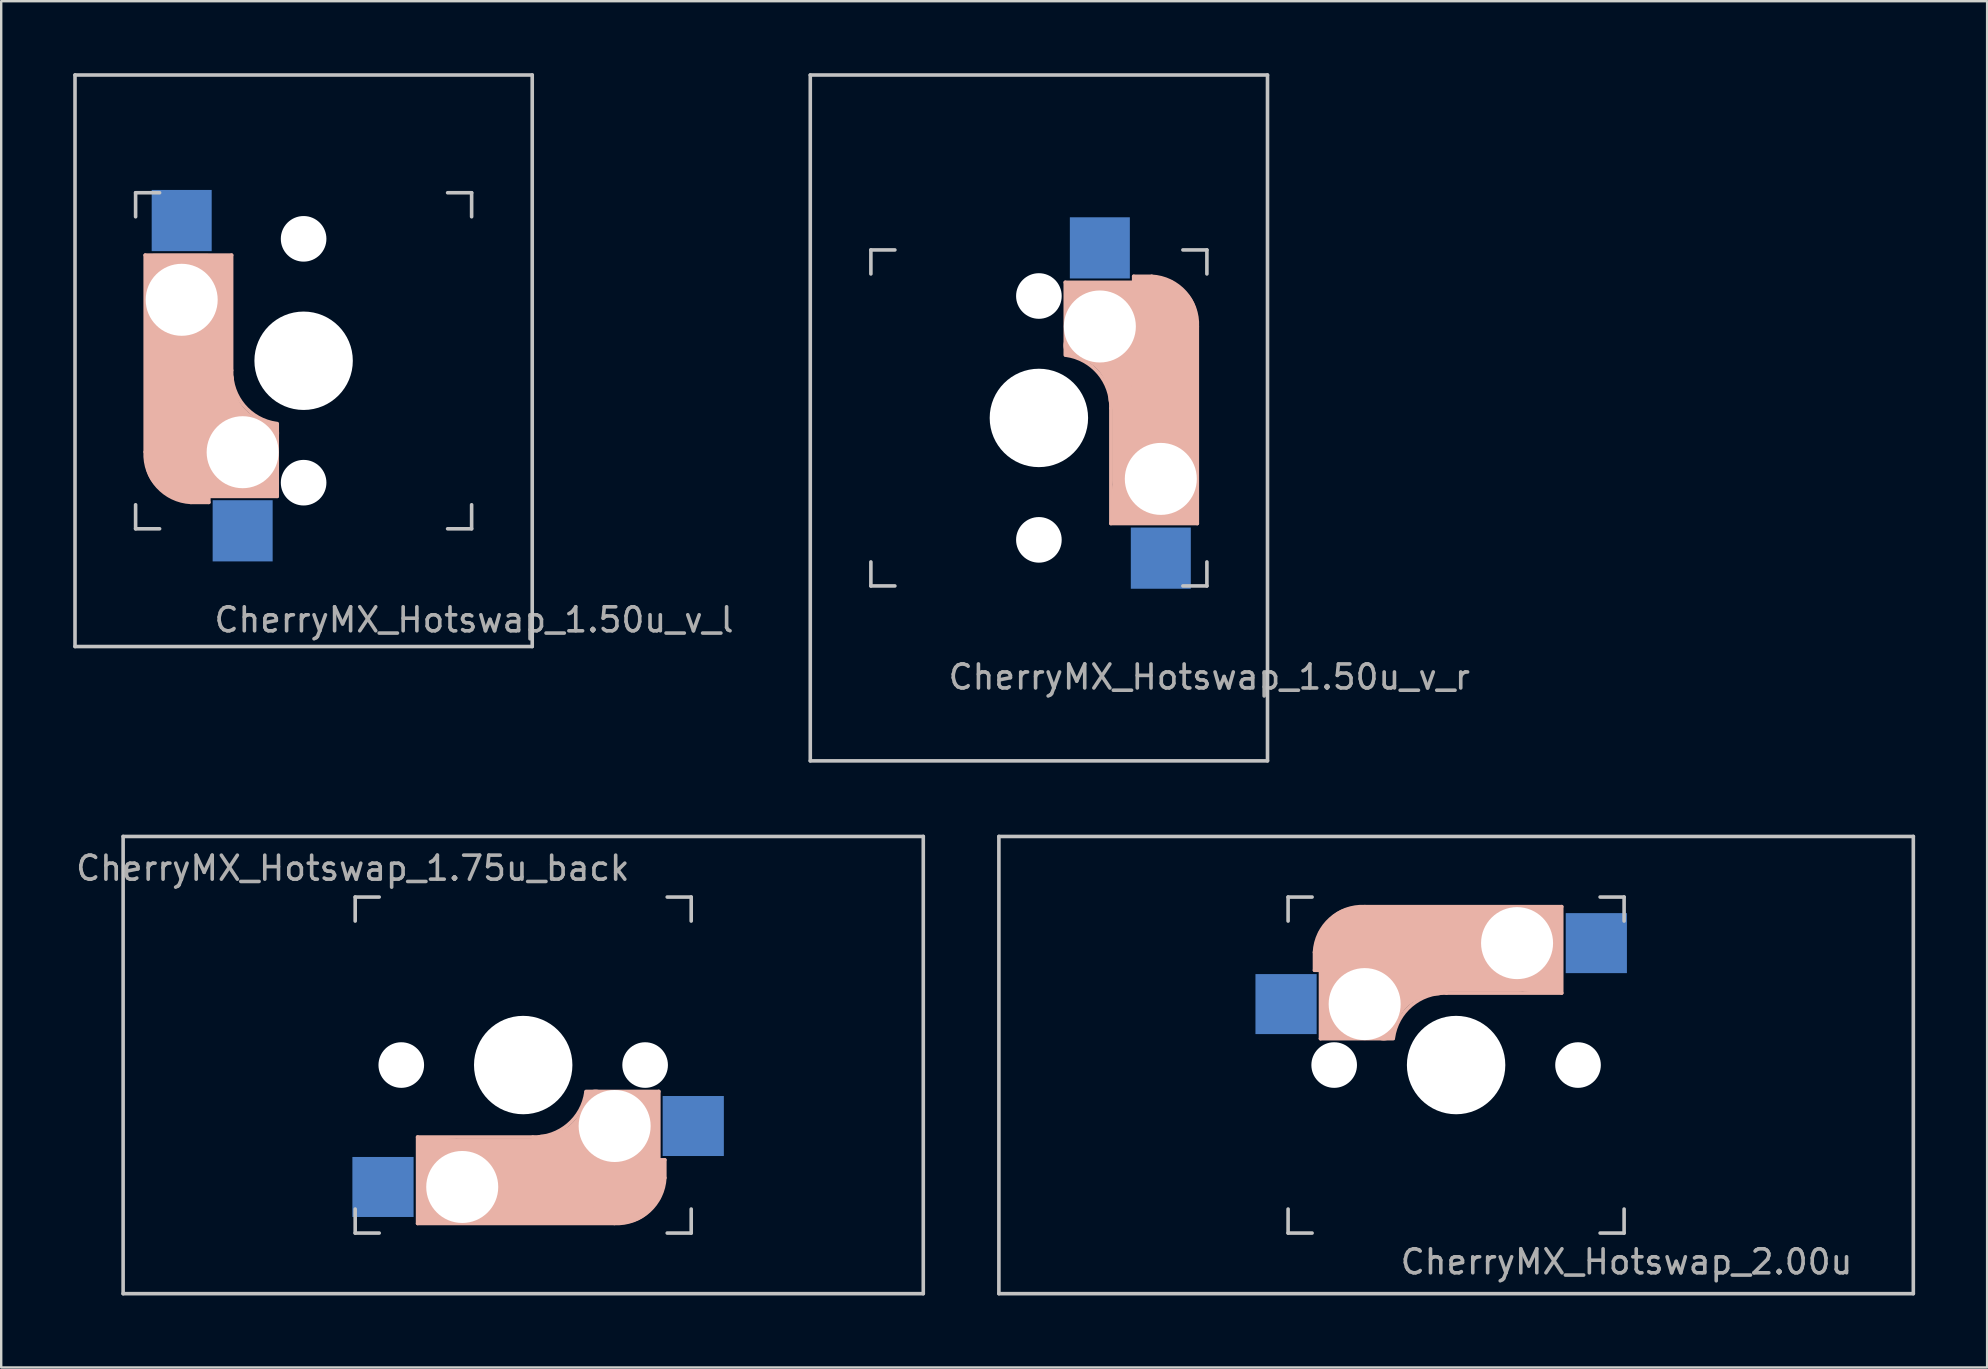
<source format=kicad_pcb>
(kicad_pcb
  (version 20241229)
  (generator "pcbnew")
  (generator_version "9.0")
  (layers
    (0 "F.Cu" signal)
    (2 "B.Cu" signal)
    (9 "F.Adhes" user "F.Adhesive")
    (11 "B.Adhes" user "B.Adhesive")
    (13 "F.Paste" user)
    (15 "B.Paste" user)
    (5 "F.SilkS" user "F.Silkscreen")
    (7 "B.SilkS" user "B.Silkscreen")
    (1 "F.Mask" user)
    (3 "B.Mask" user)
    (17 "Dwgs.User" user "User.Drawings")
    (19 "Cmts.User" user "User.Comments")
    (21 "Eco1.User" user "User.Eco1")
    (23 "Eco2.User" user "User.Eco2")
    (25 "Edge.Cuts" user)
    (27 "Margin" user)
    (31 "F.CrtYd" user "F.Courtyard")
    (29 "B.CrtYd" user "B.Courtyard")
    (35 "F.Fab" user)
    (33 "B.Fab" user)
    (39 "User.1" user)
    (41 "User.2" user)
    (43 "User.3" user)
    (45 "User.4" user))
  (footprint "CherryMX_Hotswap_2.00u"
    (layer "F.Cu")
    (at 57.618 41.325)
    (property "Reference" "CherryMX_Hotswap_2.00u" (at 7.1 8.2 0) (layer "F.Fab") (effects (font (size 1 1) (thickness 0.15))))
    (attr through_hole)
    (fp_line (start -5.9 -4.7) (end -5.9 -3.95) (stroke (width 0.15) (type solid)) (layer "B.SilkS"))
    (fp_line (start -5.9 -3.95) (end -5.7 -3.95) (stroke (width 0.15) (type solid)) (layer "B.SilkS"))
    (fp_line (start -5.8 -4.05) (end -5.8 -4.7) (stroke (width 0.3) (type solid)) (layer "B.SilkS"))
    (fp_line (start -5.65 -5.55) (end -5.65 -1.1) (stroke (width 0.15) (type solid)) (layer "B.SilkS"))
    (fp_line (start -5.65 -1.1) (end -2.62 -1.1) (stroke (width 0.15) (type solid)) (layer "B.SilkS"))
    (fp_line (start -5.45 -1.3) (end -3 -1.3) (stroke (width 0.5) (type solid)) (layer "B.SilkS"))
    (fp_line (start -5.3 -1.6) (end -5.3 -3.4) (stroke (width 0.8) (type solid)) (layer "B.SilkS"))
    (fp_line (start -4.17 -5.1) (end -4.17 -2.86) (stroke (width 3) (type solid)) (layer "B.SilkS"))
    (fp_line (start -0.4 -3) (end 4.4 -3) (stroke (width 0.15) (type solid)) (layer "B.SilkS"))
    (fp_line (start 2.6 -4.8) (end -4.1 -4.8) (stroke (width 3.5) (type solid)) (layer "B.SilkS"))
    (fp_line (start 3.9 -6) (end 3.9 -3.5) (stroke (width 1) (type solid)) (layer "B.SilkS"))
    (fp_line (start 4.2 -3.25) (end 2.9 -3.3) (stroke (width 0.5) (type solid)) (layer "B.SilkS"))
    (fp_line (start 4.25 -6.4) (end 3 -6.4) (stroke (width 0.4) (type solid)) (layer "B.SilkS"))
    (fp_line (start 4.38 -4) (end 4.38 -6.25) (stroke (width 0.15) (type solid)) (layer "B.SilkS"))
    (fp_line (start 4.4 -6.6) (end -3.8 -6.6) (stroke (width 0.15) (type solid)) (layer "B.SilkS"))
    (fp_line (start 4.4 -3) (end 4.4 -6.6) (stroke (width 0.15) (type solid)) (layer "B.SilkS"))
    (fp_arc (start -5.9 -4.699999) (mid -5.243504 -6.084924) (end -3.800001 -6.6) (stroke (width 0.15) (type solid)) (layer "B.SilkS"))
    (fp_arc (start -3.016318 -1.521471) (mid -2.268709 -2.886118) (end -0.8 -3.4) (stroke (width 1) (type solid)) (layer "B.SilkS"))
    (fp_arc (start -2.616318 -1.121471) (mid -1.868709 -2.486118) (end -0.4 -3) (stroke (width 0.15) (type solid)) (layer "B.SilkS"))
    (fp_line (start -19.05 -9.525) (end 19.05 -9.525) (stroke (width 0.15) (type solid)) (layer "Dwgs.User"))
    (fp_line (start -19.05 9.525) (end -19.05 -9.525) (stroke (width 0.15) (type solid)) (layer "Dwgs.User"))
    (fp_line (start -7 -7) (end -6 -7) (stroke (width 0.15) (type solid)) (layer "Dwgs.User"))
    (fp_line (start -7 -6) (end -7 -7) (stroke (width 0.15) (type solid)) (layer "Dwgs.User"))
    (fp_line (start -7 6) (end -7 7) (stroke (width 0.15) (type solid)) (layer "Dwgs.User"))
    (fp_line (start -7 7) (end -6 7) (stroke (width 0.15) (type solid)) (layer "Dwgs.User"))
    (fp_line (start 6 7) (end 7 7) (stroke (width 0.15) (type solid)) (layer "Dwgs.User"))
    (fp_line (start 7 -7) (end 6 -7) (stroke (width 0.15) (type solid)) (layer "Dwgs.User"))
    (fp_line (start 7 -7) (end 7 -6) (stroke (width 0.15) (type solid)) (layer "Dwgs.User"))
    (fp_line (start 7 7) (end 7 6) (stroke (width 0.15) (type solid)) (layer "Dwgs.User"))
    (fp_line (start 19.05 -9.525) (end 19.05 9.525) (stroke (width 0.15) (type solid)) (layer "Dwgs.User"))
    (fp_line (start 19.05 9.525) (end -19.05 9.525) (stroke (width 0.15) (type solid)) (layer "Dwgs.User"))
    (pad "" np_thru_hole circle (at -5.08 0) (size 1.9 1.9) (drill 1.9) (layers "*.Cu" "*.Mask"))
    (pad "" np_thru_hole circle (at -3.81 -2.54) (size 3 3) (drill 3) (layers "*.Cu" "*.Mask"))
    (pad "" np_thru_hole circle (at 0 0 90) (size 4.1 4.1) (drill 4.1) (layers "*.Cu" "*.Mask"))
    (pad "" np_thru_hole circle (at 2.54 -5.08) (size 3 3) (drill 3) (layers "*.Cu" "*.Mask"))
    (pad "" np_thru_hole circle (at 5.08 0) (size 1.9 1.9) (drill 1.9) (layers "*.Cu" "*.Mask"))
    (pad "1" smd rect (at -7.085 -2.54 180) (size 2.55 2.5) (layers "B.Cu" "B.Mask" "B.Paste"))
    (pad "2" smd rect (at 5.842 -5.08 180) (size 2.55 2.5) (layers "B.Cu" "B.Mask" "B.Paste")))
  (footprint "CherryMX_Hotswap_1.50u_v_l"
    (layer "F.Cu")
    (at 9.6 11.981)
    (property "Reference" "CherryMX_Hotswap_1.50u_v_l" (at 7.1 10.795 0) (layer "F.Fab") (effects (font (size 1 1) (thickness 0.15))))
    (attr through_hole)
    (fp_line (start -6.6 -4.4) (end -6.6 3.8) (stroke (width 0.15) (type solid)) (layer "B.SilkS"))
    (fp_line (start -6.4 -4.25) (end -6.4 -3) (stroke (width 0.4) (type solid)) (layer "B.SilkS"))
    (fp_line (start -6 -3.9) (end -3.5 -3.9) (stroke (width 1) (type solid)) (layer "B.SilkS"))
    (fp_line (start -5.55 5.65) (end -1.1 5.65) (stroke (width 0.15) (type solid)) (layer "B.SilkS"))
    (fp_line (start -5.1 4.17) (end -2.86 4.17) (stroke (width 3) (type solid)) (layer "B.SilkS"))
    (fp_line (start -4.8 -2.6) (end -4.8 4.1) (stroke (width 3.5) (type solid)) (layer "B.SilkS"))
    (fp_line (start -4.7 5.9) (end -3.95 5.9) (stroke (width 0.15) (type solid)) (layer "B.SilkS"))
    (fp_line (start -4.05 5.8) (end -4.7 5.8) (stroke (width 0.3) (type solid)) (layer "B.SilkS"))
    (fp_line (start -4 -4.38) (end -6.25 -4.38) (stroke (width 0.15) (type solid)) (layer "B.SilkS"))
    (fp_line (start -3.95 5.9) (end -3.95 5.7) (stroke (width 0.15) (type solid)) (layer "B.SilkS"))
    (fp_line (start -3.25 -4.2) (end -3.3 -2.9) (stroke (width 0.5) (type solid)) (layer "B.SilkS"))
    (fp_line (start -3 -4.4) (end -6.6 -4.4) (stroke (width 0.15) (type solid)) (layer "B.SilkS"))
    (fp_line (start -3 0.4) (end -3 -4.4) (stroke (width 0.15) (type solid)) (layer "B.SilkS"))
    (fp_line (start -1.6 5.3) (end -3.4 5.3) (stroke (width 0.8) (type solid)) (layer "B.SilkS"))
    (fp_line (start -1.3 5.45) (end -1.3 3) (stroke (width 0.5) (type solid)) (layer "B.SilkS"))
    (fp_line (start -1.1 5.65) (end -1.1 2.62) (stroke (width 0.15) (type solid)) (layer "B.SilkS"))
    (fp_arc (start -4.699999 5.9) (mid -6.084924 5.243504) (end -6.6 3.800001) (stroke (width 0.15) (type solid)) (layer "B.SilkS"))
    (fp_arc (start -1.521471 3.016318) (mid -2.886118 2.268709) (end -3.4 0.8) (stroke (width 1) (type solid)) (layer "B.SilkS"))
    (fp_arc (start -1.121471 2.616318) (mid -2.486118 1.868709) (end -3 0.4) (stroke (width 0.15) (type solid)) (layer "B.SilkS"))
    (fp_line (start -9.525 -11.906) (end 9.525 -11.906) (stroke (width 0.15) (type solid)) (layer "Dwgs.User"))
    (fp_line (start -9.525 11.906) (end -9.525 -11.906) (stroke (width 0.15) (type solid)) (layer "Dwgs.User"))
    (fp_line (start -7 -7) (end -7 -6) (stroke (width 0.15) (type solid)) (layer "Dwgs.User"))
    (fp_line (start -7 -7) (end -6 -7) (stroke (width 0.15) (type solid)) (layer "Dwgs.User"))
    (fp_line (start -7 7) (end -7 6) (stroke (width 0.15) (type solid)) (layer "Dwgs.User"))
    (fp_line (start -6 7) (end -7 7) (stroke (width 0.15) (type solid)) (layer "Dwgs.User"))
    (fp_line (start 6 7) (end 7 7) (stroke (width 0.15) (type solid)) (layer "Dwgs.User"))
    (fp_line (start 7 -7) (end 6 -7) (stroke (width 0.15) (type solid)) (layer "Dwgs.User"))
    (fp_line (start 7 -6) (end 7 -7) (stroke (width 0.15) (type solid)) (layer "Dwgs.User"))
    (fp_line (start 7 7) (end 7 6) (stroke (width 0.15) (type solid)) (layer "Dwgs.User"))
    (fp_line (start 9.525 -11.906) (end 9.525 11.906) (stroke (width 0.15) (type solid)) (layer "Dwgs.User"))
    (fp_line (start 9.525 11.906) (end -9.525 11.906) (stroke (width 0.15) (type solid)) (layer "Dwgs.User"))
    (pad "" np_thru_hole circle (at -5.08 -2.54 90) (size 3 3) (drill 3) (layers "*.Cu" "*.Mask"))
    (pad "" np_thru_hole circle (at -2.54 3.81 90) (size 3 3) (drill 3) (layers "*.Cu" "*.Mask"))
    (pad "" np_thru_hole circle (at 0 -5.08 90) (size 1.9 1.9) (drill 1.9) (layers "*.Cu" "*.Mask"))
    (pad "" np_thru_hole circle (at 0 0 180) (size 4.1 4.1) (drill 4.1) (layers "*.Cu" "*.Mask"))
    (pad "" np_thru_hole circle (at 0 5.08 90) (size 1.9 1.9) (drill 1.9) (layers "*.Cu" "*.Mask"))
    (pad "1" smd rect (at -2.54 7.085 270) (size 2.55 2.5) (layers "B.Cu" "B.Mask" "B.Paste"))
    (pad "2" smd rect (at -5.08 -5.842 270) (size 2.55 2.5) (layers "B.Cu" "B.Mask" "B.Paste")))
  (footprint "CherryMX_Hotswap_1.50u_v_r"
    (layer "F.Cu")
    (at 40.235 14.363)
    (property "Reference" "CherryMX_Hotswap_1.50u_v_r" (at 7.1 10.795 0) (layer "F.Fab") (effects (font (size 1 1) (thickness 0.15))))
    (attr through_hole)
    (fp_line (start 1.1 -5.65) (end 1.1 -2.62) (stroke (width 0.15) (type solid)) (layer "B.SilkS"))
    (fp_line (start 1.3 -5.45) (end 1.3 -3) (stroke (width 0.5) (type solid)) (layer "B.SilkS"))
    (fp_line (start 1.6 -5.3) (end 3.4 -5.3) (stroke (width 0.8) (type solid)) (layer "B.SilkS"))
    (fp_line (start 3 -0.4) (end 3 4.4) (stroke (width 0.15) (type solid)) (layer "B.SilkS"))
    (fp_line (start 3 4.4) (end 6.6 4.4) (stroke (width 0.15) (type solid)) (layer "B.SilkS"))
    (fp_line (start 3.25 4.2) (end 3.3 2.9) (stroke (width 0.5) (type solid)) (layer "B.SilkS"))
    (fp_line (start 3.95 -5.9) (end 3.95 -5.7) (stroke (width 0.15) (type solid)) (layer "B.SilkS"))
    (fp_line (start 4 4.38) (end 6.25 4.38) (stroke (width 0.15) (type solid)) (layer "B.SilkS"))
    (fp_line (start 4.05 -5.8) (end 4.7 -5.8) (stroke (width 0.3) (type solid)) (layer "B.SilkS"))
    (fp_line (start 4.7 -5.9) (end 3.95 -5.9) (stroke (width 0.15) (type solid)) (layer "B.SilkS"))
    (fp_line (start 4.8 2.6) (end 4.8 -4.1) (stroke (width 3.5) (type solid)) (layer "B.SilkS"))
    (fp_line (start 5.1 -4.17) (end 2.86 -4.17) (stroke (width 3) (type solid)) (layer "B.SilkS"))
    (fp_line (start 5.55 -5.65) (end 1.1 -5.65) (stroke (width 0.15) (type solid)) (layer "B.SilkS"))
    (fp_line (start 6 3.9) (end 3.5 3.9) (stroke (width 1) (type solid)) (layer "B.SilkS"))
    (fp_line (start 6.4 4.25) (end 6.4 3) (stroke (width 0.4) (type solid)) (layer "B.SilkS"))
    (fp_line (start 6.6 4.4) (end 6.6 -3.8) (stroke (width 0.15) (type solid)) (layer "B.SilkS"))
    (fp_arc (start 1.121471 -2.616318) (mid 2.486118 -1.868709) (end 3 -0.4) (stroke (width 0.15) (type solid)) (layer "B.SilkS"))
    (fp_arc (start 1.521471 -3.016318) (mid 2.886118 -2.268709) (end 3.4 -0.8) (stroke (width 1) (type solid)) (layer "B.SilkS"))
    (fp_arc (start 4.699999 -5.9) (mid 6.084924 -5.243504) (end 6.6 -3.800001) (stroke (width 0.15) (type solid)) (layer "B.SilkS"))
    (fp_line (start -9.525 -14.287) (end 9.525 -14.287) (stroke (width 0.15) (type solid)) (layer "Dwgs.User"))
    (fp_line (start -9.525 14.287) (end -9.525 -14.287) (stroke (width 0.15) (type solid)) (layer "Dwgs.User"))
    (fp_line (start -7 -7) (end -7 -6) (stroke (width 0.15) (type solid)) (layer "Dwgs.User"))
    (fp_line (start -7 6) (end -7 7) (stroke (width 0.15) (type solid)) (layer "Dwgs.User"))
    (fp_line (start -7 7) (end -6 7) (stroke (width 0.15) (type solid)) (layer "Dwgs.User"))
    (fp_line (start -6 -7) (end -7 -7) (stroke (width 0.15) (type solid)) (layer "Dwgs.User"))
    (fp_line (start 6 -7) (end 7 -7) (stroke (width 0.15) (type solid)) (layer "Dwgs.User"))
    (fp_line (start 7 -7) (end 7 -6) (stroke (width 0.15) (type solid)) (layer "Dwgs.User"))
    (fp_line (start 7 7) (end 6 7) (stroke (width 0.15) (type solid)) (layer "Dwgs.User"))
    (fp_line (start 7 7) (end 7 6) (stroke (width 0.15) (type solid)) (layer "Dwgs.User"))
    (fp_line (start 9.525 -14.287) (end 9.525 14.287) (stroke (width 0.15) (type solid)) (layer "Dwgs.User"))
    (fp_line (start 9.525 14.287) (end -9.525 14.287) (stroke (width 0.15) (type solid)) (layer "Dwgs.User"))
    (pad "" np_thru_hole circle (at 0 -5.08 270) (size 1.9 1.9) (drill 1.9) (layers "*.Cu" "*.Mask"))
    (pad "" np_thru_hole circle (at 0 0) (size 4.1 4.1) (drill 4.1) (layers "*.Cu" "*.Mask"))
    (pad "" np_thru_hole circle (at 0 5.08 270) (size 1.9 1.9) (drill 1.9) (layers "*.Cu" "*.Mask"))
    (pad "" np_thru_hole circle (at 2.54 -3.81 270) (size 3 3) (drill 3) (layers "*.Cu" "*.Mask"))
    (pad "" np_thru_hole circle (at 5.08 2.54 270) (size 3 3) (drill 3) (layers "*.Cu" "*.Mask"))
    (pad "1" smd rect (at 2.54 -7.085 90) (size 2.55 2.5) (layers "B.Cu" "B.Mask" "B.Paste"))
    (pad "2" smd rect (at 5.08 5.842 90) (size 2.55 2.5) (layers "B.Cu" "B.Mask" "B.Paste")))
  (footprint "CherryMX_Hotswap_1.75u_back"
    (layer "F.Cu")
    (at 18.749 41.325)
    (property "Reference" "CherryMX_Hotswap_1.75u_back" (at -7.1 -8.2 180) (layer "F.Fab") (effects (font (size 1 1) (thickness 0.15))))
    (attr through_hole)
    (fp_line (start -4.4 3) (end -4.4 6.6) (stroke (width 0.15) (type solid)) (layer "B.SilkS"))
    (fp_line (start -4.4 6.6) (end 3.8 6.6) (stroke (width 0.15) (type solid)) (layer "B.SilkS"))
    (fp_line (start -4.38 4) (end -4.38 6.25) (stroke (width 0.15) (type solid)) (layer "B.SilkS"))
    (fp_line (start -4.25 6.4) (end -3 6.4) (stroke (width 0.4) (type solid)) (layer "B.SilkS"))
    (fp_line (start -4.2 3.25) (end -2.9 3.3) (stroke (width 0.5) (type solid)) (layer "B.SilkS"))
    (fp_line (start -3.9 6) (end -3.9 3.5) (stroke (width 1) (type solid)) (layer "B.SilkS"))
    (fp_line (start -2.6 4.8) (end 4.1 4.8) (stroke (width 3.5) (type solid)) (layer "B.SilkS"))
    (fp_line (start 0.4 3) (end -4.4 3) (stroke (width 0.15) (type solid)) (layer "B.SilkS"))
    (fp_line (start 4.17 5.1) (end 4.17 2.86) (stroke (width 3) (type solid)) (layer "B.SilkS"))
    (fp_line (start 5.3 1.6) (end 5.3 3.4) (stroke (width 0.8) (type solid)) (layer "B.SilkS"))
    (fp_line (start 5.45 1.3) (end 3 1.3) (stroke (width 0.5) (type solid)) (layer "B.SilkS"))
    (fp_line (start 5.65 1.1) (end 2.62 1.1) (stroke (width 0.15) (type solid)) (layer "B.SilkS"))
    (fp_line (start 5.65 5.55) (end 5.65 1.1) (stroke (width 0.15) (type solid)) (layer "B.SilkS"))
    (fp_line (start 5.8 4.05) (end 5.8 4.7) (stroke (width 0.3) (type solid)) (layer "B.SilkS"))
    (fp_line (start 5.9 3.95) (end 5.7 3.95) (stroke (width 0.15) (type solid)) (layer "B.SilkS"))
    (fp_line (start 5.9 4.7) (end 5.9 3.95) (stroke (width 0.15) (type solid)) (layer "B.SilkS"))
    (fp_arc (start 2.616318 1.121471) (mid 1.868709 2.486118) (end 0.4 3) (stroke (width 0.15) (type solid)) (layer "B.SilkS"))
    (fp_arc (start 3.016318 1.521471) (mid 2.268709 2.886118) (end 0.8 3.4) (stroke (width 1) (type solid)) (layer "B.SilkS"))
    (fp_arc (start 5.9 4.699999) (mid 5.243504 6.084924) (end 3.800001 6.6) (stroke (width 0.15) (type solid)) (layer "B.SilkS"))
    (fp_line (start -16.669 -9.525) (end 16.669 -9.525) (stroke (width 0.15) (type solid)) (layer "Dwgs.User"))
    (fp_line (start -16.669 9.525) (end -16.669 -9.525) (stroke (width 0.15) (type solid)) (layer "Dwgs.User"))
    (fp_line (start -7 -7) (end -7 -6) (stroke (width 0.15) (type solid)) (layer "Dwgs.User"))
    (fp_line (start -7 7) (end -7 6) (stroke (width 0.15) (type solid)) (layer "Dwgs.User"))
    (fp_line (start -7 7) (end -6 7) (stroke (width 0.15) (type solid)) (layer "Dwgs.User"))
    (fp_line (start -6 -7) (end -7 -7) (stroke (width 0.15) (type solid)) (layer "Dwgs.User"))
    (fp_line (start 7 -7) (end 6 -7) (stroke (width 0.15) (type solid)) (layer "Dwgs.User"))
    (fp_line (start 7 -6) (end 7 -7) (stroke (width 0.15) (type solid)) (layer "Dwgs.User"))
    (fp_line (start 7 6) (end 7 7) (stroke (width 0.15) (type solid)) (layer "Dwgs.User"))
    (fp_line (start 7 7) (end 6 7) (stroke (width 0.15) (type solid)) (layer "Dwgs.User"))
    (fp_line (start 16.669 -9.525) (end 16.669 9.525) (stroke (width 0.15) (type solid)) (layer "Dwgs.User"))
    (fp_line (start 16.669 9.525) (end -16.669 9.525) (stroke (width 0.15) (type solid)) (layer "Dwgs.User"))
    (pad "" np_thru_hole circle (at -5.08 0 180) (size 1.9 1.9) (drill 1.9) (layers "*.Cu" "*.Mask"))
    (pad "" np_thru_hole circle (at -2.54 5.08 180) (size 3 3) (drill 3) (layers "*.Cu" "*.Mask"))
    (pad "" np_thru_hole circle (at 0 0 270) (size 4.1 4.1) (drill 4.1) (layers "*.Cu" "*.Mask"))
    (pad "" np_thru_hole circle (at 3.81 2.54 180) (size 3 3) (drill 3) (layers "*.Cu" "*.Mask"))
    (pad "" np_thru_hole circle (at 5.08 0 180) (size 1.9 1.9) (drill 1.9) (layers "*.Cu" "*.Mask"))
    (pad "1" smd rect (at 7.085 2.54) (size 2.55 2.5) (layers "B.Cu" "B.Mask" "B.Paste"))
    (pad "2" smd rect (at -5.842 5.08) (size 2.55 2.5) (layers "B.Cu" "B.Mask" "B.Paste")))
  (gr_rect
    (start -3 -3)
    (end 79.743 53.925)
    (stroke (width 0.1) (type default))
    (fill no)
    (layer "Edge.Cuts")))
</source>
